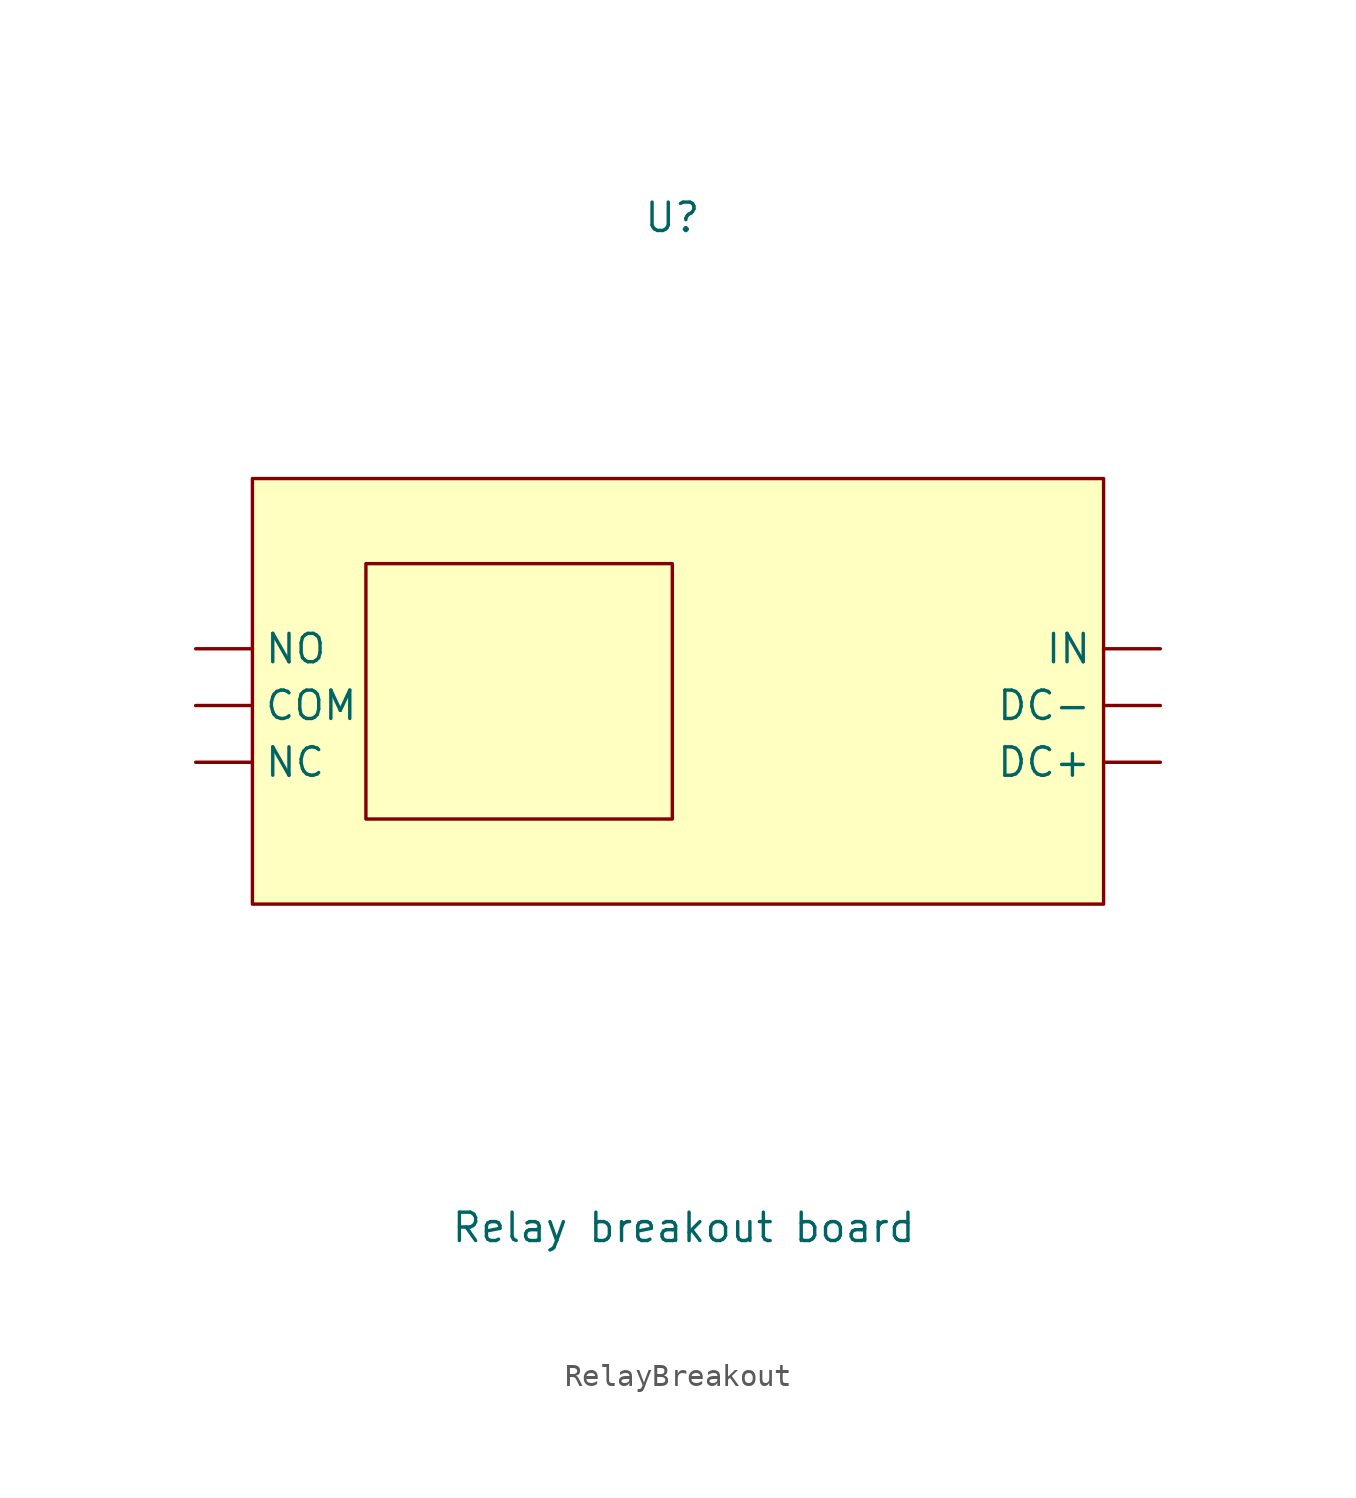
<source format=kicad_sym>
(kicad_symbol_lib
  (version 20231120)
  (generator "kicad_symbol_editor")
  (generator_version "8.0")
  (symbol "RelayBreakout"
    (property "Reference" "U"
      (at -0.254 21.844 0)
      (effects (font (size 1.27 1.27))))
    (property "Value" "Relay breakout board"
      (at 0.254 -23.368 0)
      (effects (font (size 1.27 1.27))))
    (symbol "RelayBreakout_0_0"
      (pin passive line (at -21.59 0 0) (length 2.54) (name "COM" (effects (font (size 1.27 1.27)))) (number "" (effects (font (size 1.27 1.27)))))
      (pin power_in line (at 21.59 -2.54 180) (length 2.54) (name "DC+" (effects (font (size 1.27 1.27)))) (number "" (effects (font (size 1.27 1.27)))))
      (pin passive line (at 21.59 0 180) (length 2.54) (name "DC-" (effects (font (size 1.27 1.27)))) (number "" (effects (font (size 1.27 1.27)))))
      (pin input line (at 21.59 2.54 180) (length 2.54) (name "IN" (effects (font (size 1.27 1.27)))) (number "" (effects (font (size 1.27 1.27)))))
      (pin power_out line (at -21.59 -2.54 0) (length 2.54) (name "NC" (effects (font (size 1.27 1.27)))) (number "" (effects (font (size 1.27 1.27)))))
      (pin power_out line (at -21.59 2.54 0) (length 2.54) (name "NO" (effects (font (size 1.27 1.27)))) (number "" (effects (font (size 1.27 1.27))))))
    (symbol "RelayBreakout_1_1"
      (rectangle (start -19.05 10.16) (end 19.05 -8.89) (stroke (width 0.152) (type default)) (fill (type background)))
      (rectangle (start -13.97 6.35) (end -0.254 -5.08) (stroke (width 0) (type default)) (fill (type none))))))
</source>
